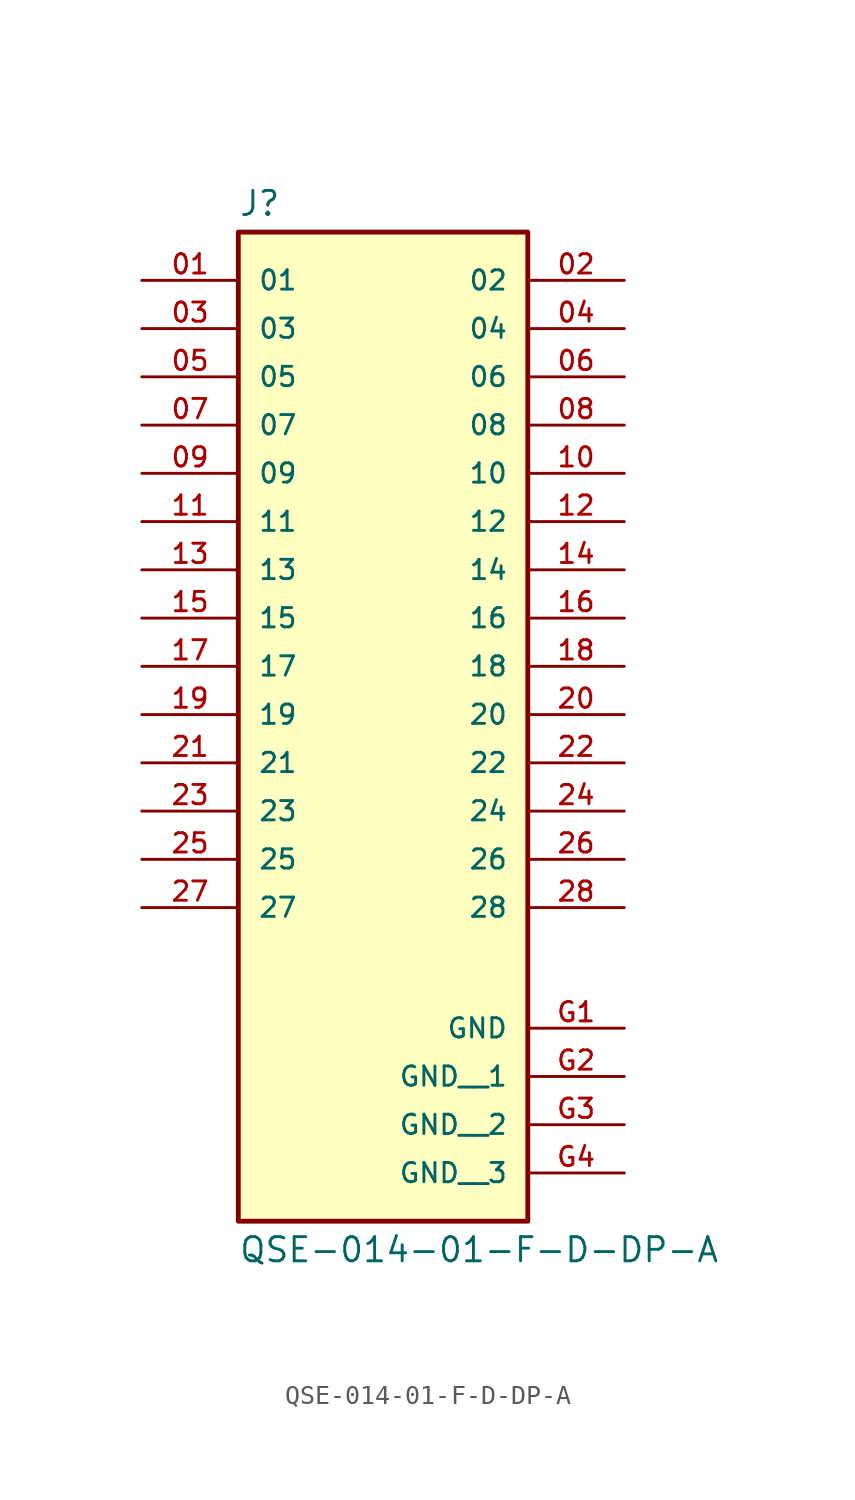
<source format=kicad_sym>
(kicad_symbol_lib
  (version 20231120)
  (generator "kicad_symbol_editor")
  (generator_version "8.0")
  (symbol "QSE-014-01-F-D-DP-A"
    (pin_names
      (offset 1.016))
    (property "Reference" "J"
      (at -7.62 28.702 0)
      (effects (font (size 1.27 1.27)) (justify left bottom)))
    (property "Value" "QSE-014-01-F-D-DP-A"
      (at -7.62 -24.892 0)
      (effects (font (size 1.27 1.27)) (justify left top)))
    (symbol "QSE-014-01-F-D-DP-A_0_0"
      (rectangle (start -7.62 27.94) (end 7.62 -24.13) (stroke (width 0.254) (type default)) (fill (type background)))
      (pin passive line (at -12.7 25.4 0) (length 5.08) (name "01" (effects (font (size 1.016 1.016)))) (number "01" (effects (font (size 1.016 1.016)))))
      (pin passive line (at 12.7 25.4 180) (length 5.08) (name "02" (effects (font (size 1.016 1.016)))) (number "02" (effects (font (size 1.016 1.016)))))
      (pin passive line (at -12.7 22.86 0) (length 5.08) (name "03" (effects (font (size 1.016 1.016)))) (number "03" (effects (font (size 1.016 1.016)))))
      (pin passive line (at 12.7 22.86 180) (length 5.08) (name "04" (effects (font (size 1.016 1.016)))) (number "04" (effects (font (size 1.016 1.016)))))
      (pin passive line (at -12.7 20.32 0) (length 5.08) (name "05" (effects (font (size 1.016 1.016)))) (number "05" (effects (font (size 1.016 1.016)))))
      (pin passive line (at 12.7 20.32 180) (length 5.08) (name "06" (effects (font (size 1.016 1.016)))) (number "06" (effects (font (size 1.016 1.016)))))
      (pin passive line (at -12.7 17.78 0) (length 5.08) (name "07" (effects (font (size 1.016 1.016)))) (number "07" (effects (font (size 1.016 1.016)))))
      (pin passive line (at 12.7 17.78 180) (length 5.08) (name "08" (effects (font (size 1.016 1.016)))) (number "08" (effects (font (size 1.016 1.016)))))
      (pin passive line (at -12.7 15.24 0) (length 5.08) (name "09" (effects (font (size 1.016 1.016)))) (number "09" (effects (font (size 1.016 1.016)))))
      (pin passive line (at 12.7 15.24 180) (length 5.08) (name "10" (effects (font (size 1.016 1.016)))) (number "10" (effects (font (size 1.016 1.016)))))
      (pin passive line (at -12.7 12.7 0) (length 5.08) (name "11" (effects (font (size 1.016 1.016)))) (number "11" (effects (font (size 1.016 1.016)))))
      (pin passive line (at 12.7 12.7 180) (length 5.08) (name "12" (effects (font (size 1.016 1.016)))) (number "12" (effects (font (size 1.016 1.016)))))
      (pin passive line (at -12.7 10.16 0) (length 5.08) (name "13" (effects (font (size 1.016 1.016)))) (number "13" (effects (font (size 1.016 1.016)))))
      (pin passive line (at 12.7 10.16 180) (length 5.08) (name "14" (effects (font (size 1.016 1.016)))) (number "14" (effects (font (size 1.016 1.016)))))
      (pin passive line (at -12.7 7.62 0) (length 5.08) (name "15" (effects (font (size 1.016 1.016)))) (number "15" (effects (font (size 1.016 1.016)))))
      (pin passive line (at 12.7 7.62 180) (length 5.08) (name "16" (effects (font (size 1.016 1.016)))) (number "16" (effects (font (size 1.016 1.016)))))
      (pin passive line (at -12.7 5.08 0) (length 5.08) (name "17" (effects (font (size 1.016 1.016)))) (number "17" (effects (font (size 1.016 1.016)))))
      (pin passive line (at 12.7 5.08 180) (length 5.08) (name "18" (effects (font (size 1.016 1.016)))) (number "18" (effects (font (size 1.016 1.016)))))
      (pin passive line (at -12.7 2.54 0) (length 5.08) (name "19" (effects (font (size 1.016 1.016)))) (number "19" (effects (font (size 1.016 1.016)))))
      (pin passive line (at 12.7 2.54 180) (length 5.08) (name "20" (effects (font (size 1.016 1.016)))) (number "20" (effects (font (size 1.016 1.016)))))
      (pin passive line (at -12.7 0 0) (length 5.08) (name "21" (effects (font (size 1.016 1.016)))) (number "21" (effects (font (size 1.016 1.016)))))
      (pin passive line (at 12.7 0 180) (length 5.08) (name "22" (effects (font (size 1.016 1.016)))) (number "22" (effects (font (size 1.016 1.016)))))
      (pin passive line (at -12.7 -2.54 0) (length 5.08) (name "23" (effects (font (size 1.016 1.016)))) (number "23" (effects (font (size 1.016 1.016)))))
      (pin passive line (at 12.7 -2.54 180) (length 5.08) (name "24" (effects (font (size 1.016 1.016)))) (number "24" (effects (font (size 1.016 1.016)))))
      (pin passive line (at -12.7 -5.08 0) (length 5.08) (name "25" (effects (font (size 1.016 1.016)))) (number "25" (effects (font (size 1.016 1.016)))))
      (pin passive line (at 12.7 -5.08 180) (length 5.08) (name "26" (effects (font (size 1.016 1.016)))) (number "26" (effects (font (size 1.016 1.016)))))
      (pin passive line (at -12.7 -7.62 0) (length 5.08) (name "27" (effects (font (size 1.016 1.016)))) (number "27" (effects (font (size 1.016 1.016)))))
      (pin passive line (at 12.7 -7.62 180) (length 5.08) (name "28" (effects (font (size 1.016 1.016)))) (number "28" (effects (font (size 1.016 1.016)))))
      (pin power_in line (at 12.7 -13.97 180) (length 5.08) (name "GND" (effects (font (size 1.016 1.016)))) (number "G1" (effects (font (size 1.016 1.016)))))
      (pin power_in line (at 12.7 -16.51 180) (length 5.08) (name "GND__1" (effects (font (size 1.016 1.016)))) (number "G2" (effects (font (size 1.016 1.016)))))
      (pin power_in line (at 12.7 -19.05 180) (length 5.08) (name "GND__2" (effects (font (size 1.016 1.016)))) (number "G3" (effects (font (size 1.016 1.016)))))
      (pin power_in line (at 12.7 -21.59 180) (length 5.08) (name "GND__3" (effects (font (size 1.016 1.016)))) (number "G4" (effects (font (size 1.016 1.016))))))))
</source>
